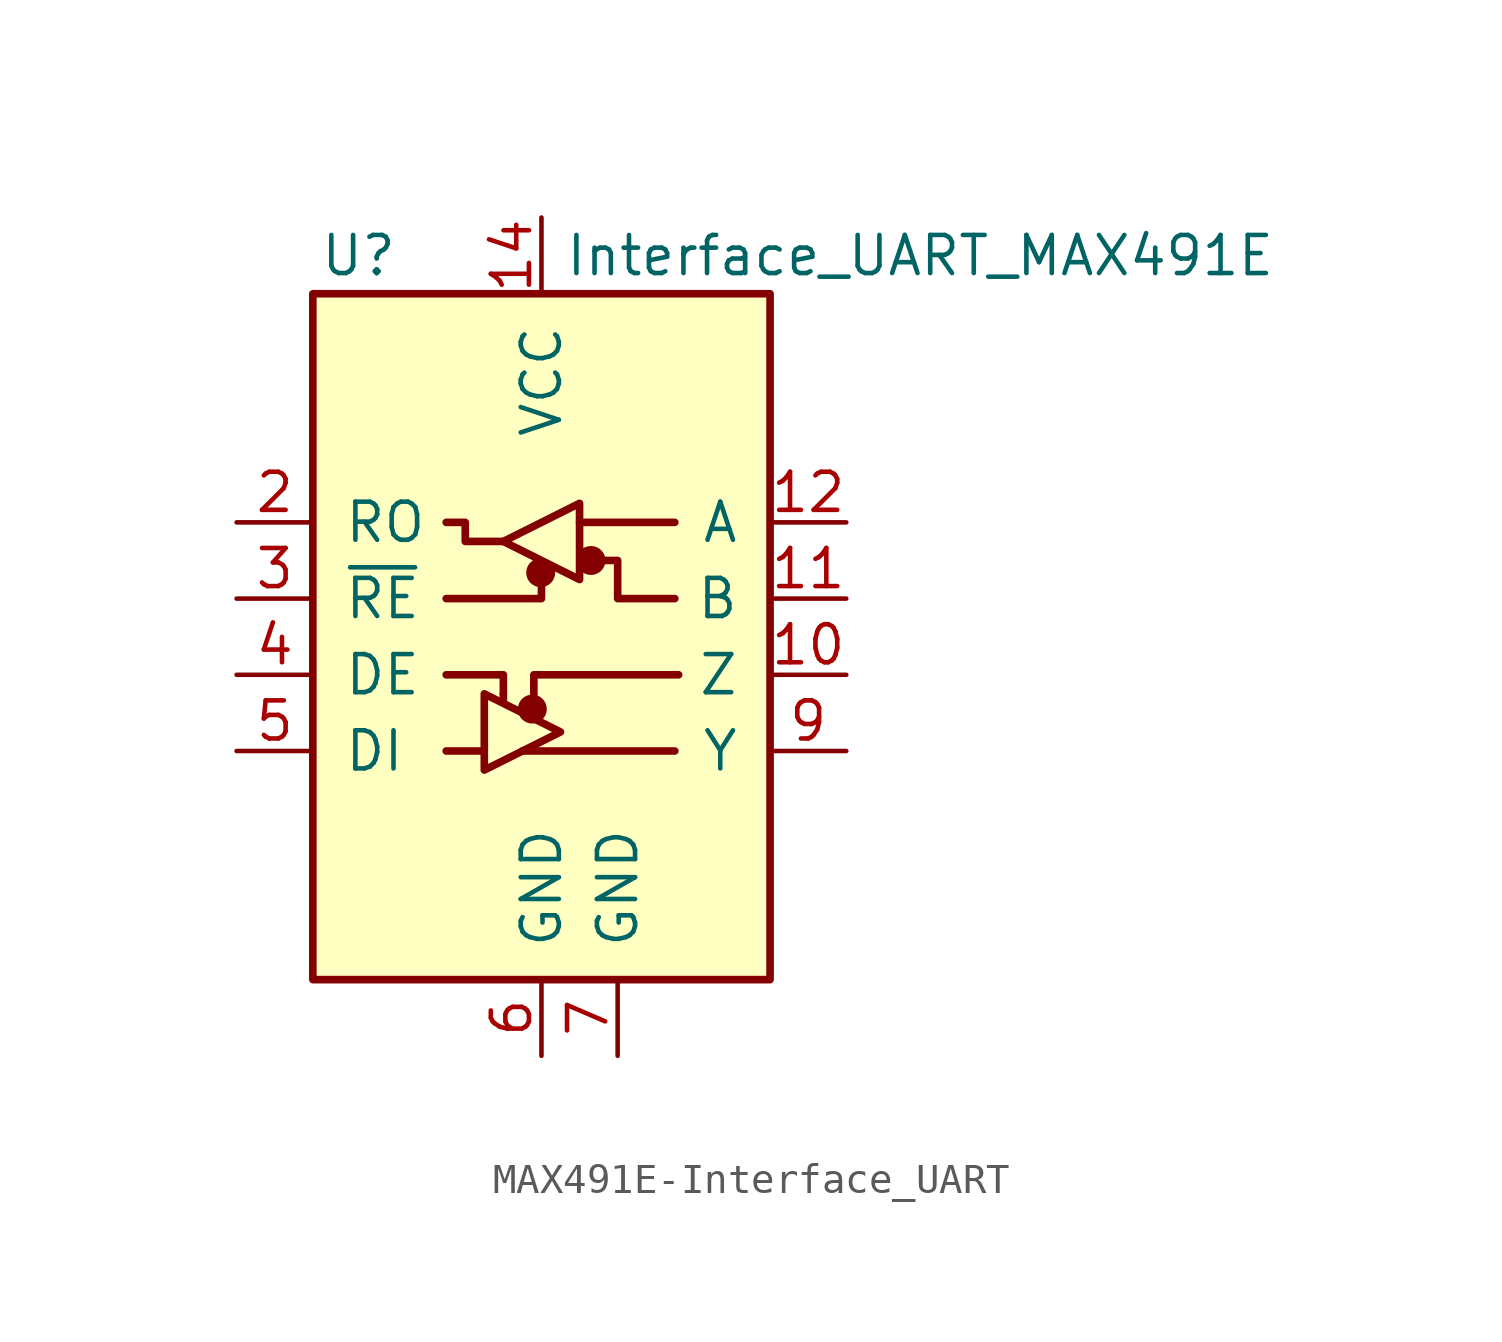
<source format=kicad_sym>
(kicad_symbol_lib
  (version 20220914)
  (generator kicad_symbol_editor)
  (symbol "MAX491E-Interface_UART"
    (pin_names
      (offset 1.016))
    (property "Reference" "U"
      (at -6.096 11.43 0)
      (effects (font (size 1.27 1.27))))
    (property "Value" "Interface_UART_MAX491E"
      (at 0.762 11.43 0)
      (effects (font (size 1.27 1.27)) (justify left)))
    (symbol "MAX491E-Interface_UART_0_1"
      (rectangle (start -7.62 10.16) (end 7.62 -12.7) (stroke (width 0.254) (type solid)) (fill (type background)))
      (circle (center -0.305 -3.683) (radius 0.356) (stroke (width 0.254) (type solid)) (fill (type outline)))
      (circle (center -0.025 0.864) (radius 0.356) (stroke (width 0.254) (type solid)) (fill (type outline)))
      (polyline (pts (xy -3.175 -5.08) (xy -1.905 -5.08)) (stroke (width 0.254) (type solid)) (fill (type none)))
      (polyline (pts (xy -1.27 -3.2) (xy -1.27 -3.454)) (stroke (width 0.254) (type solid)) (fill (type none)))
      (polyline (pts (xy -0.635 -5.08) (xy 4.445 -5.08)) (stroke (width 0.254) (type solid)) (fill (type none)))
      (polyline (pts (xy 1.27 2.54) (xy 4.445 2.54)) (stroke (width 0.254) (type solid)) (fill (type none)))
      (polyline (pts (xy -3.175 -2.54) (xy -1.27 -2.54) (xy -1.27 -3.175)) (stroke (width 0.254) (type solid)) (fill (type none)))
      (polyline (pts (xy -0.254 -3.556) (xy -0.254 -2.54) (xy 4.572 -2.54)) (stroke (width 0.254) (type solid)) (fill (type none)))
      (polyline (pts (xy 0 0.635) (xy 0 0) (xy -3.175 0)) (stroke (width 0.254) (type solid)) (fill (type none)))
      (polyline (pts (xy -1.905 -3.175) (xy -1.905 -5.715) (xy 0.635 -4.445) (xy -1.905 -3.175)) (stroke (width 0.254) (type solid)) (fill (type none)))
      (polyline (pts (xy -1.27 1.905) (xy -2.54 1.905) (xy -2.54 2.54) (xy -3.175 2.54)) (stroke (width 0.254) (type solid)) (fill (type none)))
      (polyline (pts (xy -1.27 1.905) (xy 1.27 3.175) (xy 1.27 0.635) (xy -1.27 1.905)) (stroke (width 0.254) (type solid)) (fill (type none)))
      (polyline (pts (xy 1.905 1.27) (xy 2.54 1.27) (xy 2.54 0) (xy 4.445 0)) (stroke (width 0.254) (type solid)) (fill (type none)))
      (circle (center 1.651 1.27) (radius 0.356) (stroke (width 0.254) (type solid)) (fill (type outline))))
    (symbol "MAX491E-Interface_UART_1_1"
      (pin no_connect line (at -7.62 7.62 0) (length 2.54) hide (name "NC" (effects (font (size 1.27 1.27)))) (number "1" (effects (font (size 1.27 1.27)))))
      (pin output line (at 10.16 -2.54 180) (length 2.54) (name "Z" (effects (font (size 1.27 1.27)))) (number "10" (effects (font (size 1.27 1.27)))))
      (pin input line (at 10.16 0 180) (length 2.54) (name "B" (effects (font (size 1.27 1.27)))) (number "11" (effects (font (size 1.27 1.27)))))
      (pin input line (at 10.16 2.54 180) (length 2.54) (name "A" (effects (font (size 1.27 1.27)))) (number "12" (effects (font (size 1.27 1.27)))))
      (pin no_connect line (at 7.62 7.62 180) (length 2.54) hide (name "NC" (effects (font (size 1.27 1.27)))) (number "13" (effects (font (size 1.27 1.27)))))
      (pin power_in line (at 0 12.7 270) (length 2.54) (name "VCC" (effects (font (size 1.27 1.27)))) (number "14" (effects (font (size 1.27 1.27)))))
      (pin output line (at -10.16 2.54 0) (length 2.54) (name "RO" (effects (font (size 1.27 1.27)))) (number "2" (effects (font (size 1.27 1.27)))))
      (pin input line (at -10.16 0 0) (length 2.54) (name "~{RE}" (effects (font (size 1.27 1.27)))) (number "3" (effects (font (size 1.27 1.27)))))
      (pin input line (at -10.16 -2.54 0) (length 2.54) (name "DE" (effects (font (size 1.27 1.27)))) (number "4" (effects (font (size 1.27 1.27)))))
      (pin input line (at -10.16 -5.08 0) (length 2.54) (name "DI" (effects (font (size 1.27 1.27)))) (number "5" (effects (font (size 1.27 1.27)))))
      (pin power_in line (at 0 -15.24 90) (length 2.54) (name "GND" (effects (font (size 1.27 1.27)))) (number "6" (effects (font (size 1.27 1.27)))))
      (pin power_in line (at 2.54 -15.24 90) (length 2.54) (name "GND" (effects (font (size 1.27 1.27)))) (number "7" (effects (font (size 1.27 1.27)))))
      (pin no_connect line (at 7.62 -10.16 180) (length 2.54) hide (name "NC" (effects (font (size 1.27 1.27)))) (number "8" (effects (font (size 1.27 1.27)))))
      (pin output line (at 10.16 -5.08 180) (length 2.54) (name "Y" (effects (font (size 1.27 1.27)))) (number "9" (effects (font (size 1.27 1.27))))))))
</source>
